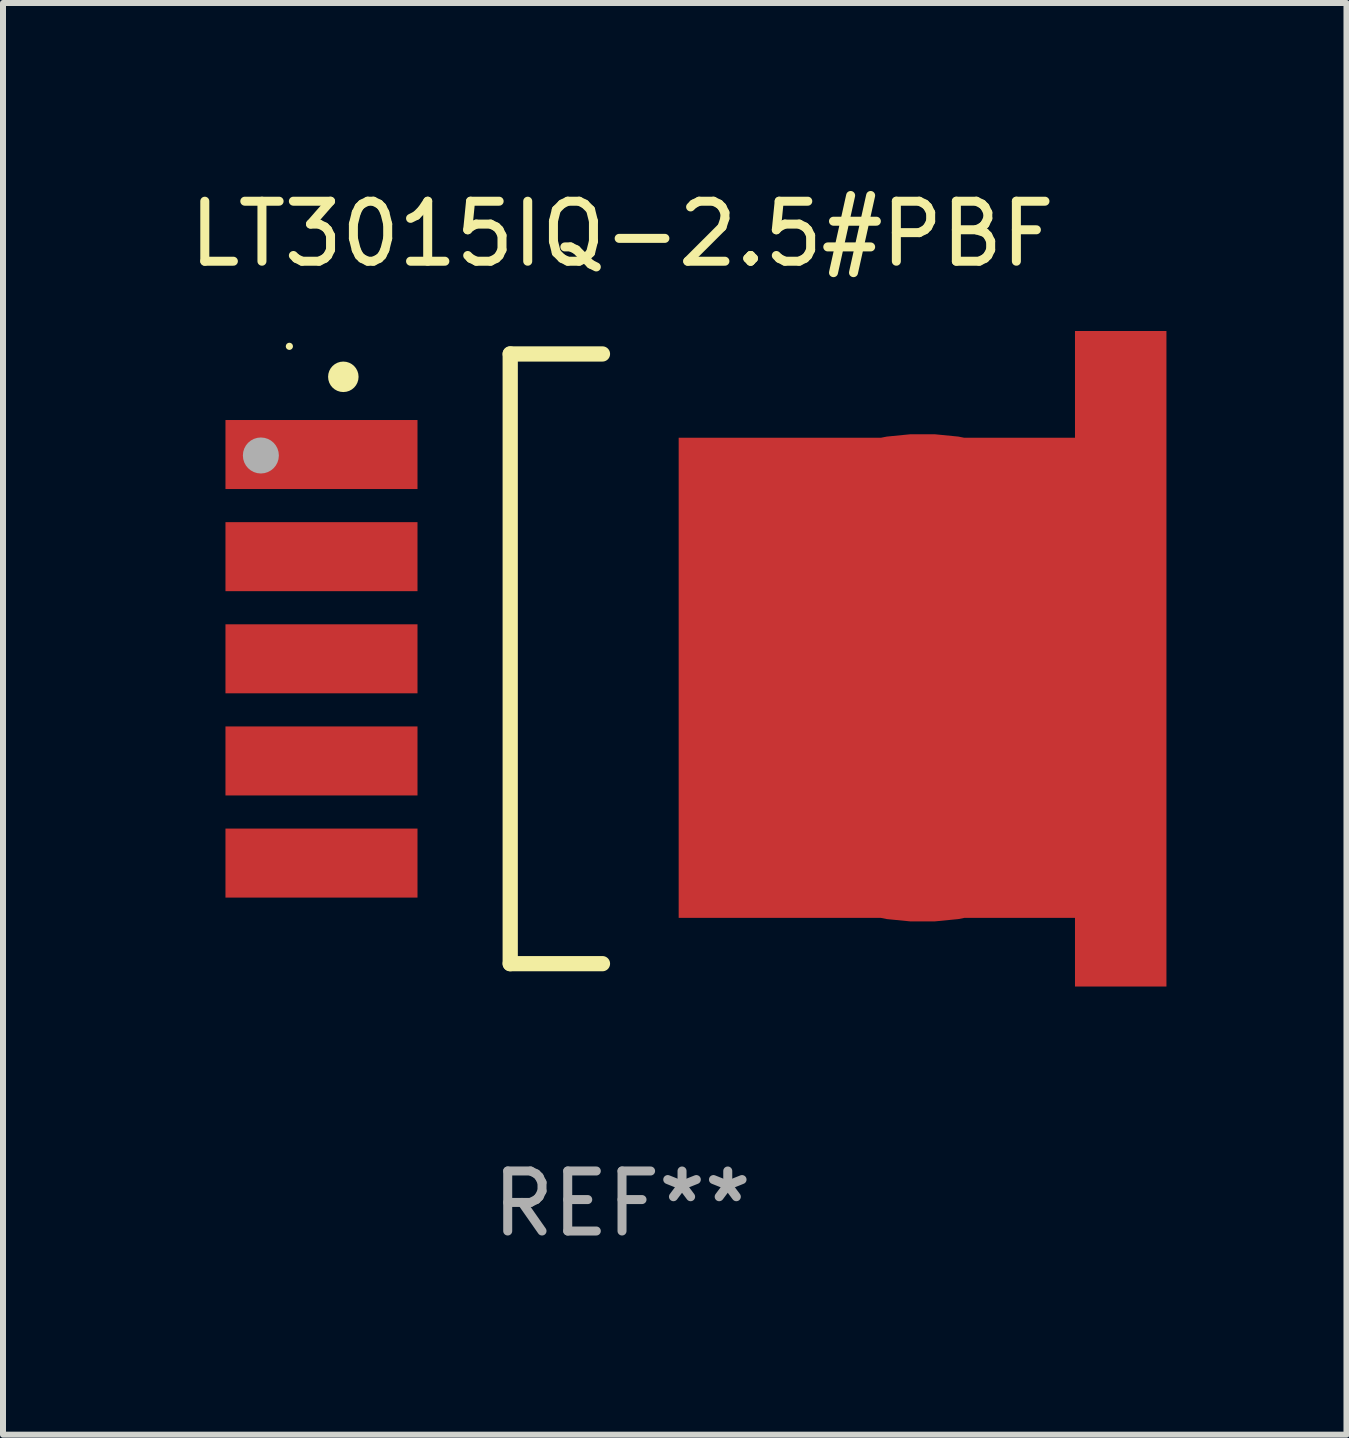
<source format=kicad_pcb>
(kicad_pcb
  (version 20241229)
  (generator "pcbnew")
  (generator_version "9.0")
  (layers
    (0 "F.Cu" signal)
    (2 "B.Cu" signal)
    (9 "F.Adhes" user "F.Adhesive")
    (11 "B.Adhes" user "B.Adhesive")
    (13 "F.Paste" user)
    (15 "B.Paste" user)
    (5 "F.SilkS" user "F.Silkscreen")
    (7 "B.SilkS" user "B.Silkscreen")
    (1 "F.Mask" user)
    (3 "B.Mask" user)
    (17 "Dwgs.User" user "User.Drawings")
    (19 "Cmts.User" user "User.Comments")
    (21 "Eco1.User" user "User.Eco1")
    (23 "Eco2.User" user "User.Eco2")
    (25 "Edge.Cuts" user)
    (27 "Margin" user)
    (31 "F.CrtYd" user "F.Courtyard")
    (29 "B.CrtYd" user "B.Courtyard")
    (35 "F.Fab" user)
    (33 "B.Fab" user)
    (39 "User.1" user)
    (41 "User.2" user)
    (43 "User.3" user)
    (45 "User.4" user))
  (footprint "LT3015IQ-2.5#PBF"
    (layer "F.Cu")
    (at 7.315 7.928)
    (property "Reference" "LT3015IQ-2.5#PBF" (at 0 -7.08 0) (layer "F.SilkS") (effects (font (size 1 1) (thickness 0.15))))
    (attr through_hole)
    (fp_line (start -1.863 -5.08) (end -0.326 -5.08) (stroke (width 0.254) (type solid)) (layer "F.SilkS"))
    (fp_line (start -1.863 5.08) (end -1.863 -5.08) (stroke (width 0.254) (type solid)) (layer "F.SilkS"))
    (fp_line (start -0.326 5.08) (end -1.863 5.08) (stroke (width 0.254) (type solid)) (layer "F.SilkS"))
    (fp_circle (center -5.543 -5.207) (end -5.513 -5.207) (stroke (width 0.06) (type solid)) (fill no) (layer "F.SilkS"))
    (fp_circle (center -4.644 -4.699) (end -4.517 -4.699) (stroke (width 0.254) (type solid)) (fill no) (layer "F.SilkS"))
    (fp_circle (center -6.018 -3.388) (end -5.868 -3.388) (stroke (width 0.3) (type solid)) (fill no) (layer "F.Fab"))
    (fp_text user "REF**" (at 0 9.08 0) (layer "F.Fab") (effects (font (size 1 1) (thickness 0.15))))
    (pad "1" smd rect (at -5.008 -3.404) (size 3.2 1.15) (layers "F.Cu" "F.Mask" "F.Paste"))
    (pad "2" smd rect (at -5.008 -1.702) (size 3.2 1.15) (layers "F.Cu" "F.Mask" "F.Paste"))
    (pad "3" smd rect (at -5.008 -0.000025) (size 3.2 1.15) (layers "F.Cu" "F.Mask" "F.Paste"))
    (pad "4" smd rect (at -5.008 1.702) (size 3.2 1.15) (layers "F.Cu" "F.Mask" "F.Paste"))
    (pad "5" smd rect (at -5.008 3.404) (size 3.2 1.15) (layers "F.Cu" "F.Mask" "F.Paste"))
    (pad "6" smd custom (at 5.008 0.317) (size 8.128 10.922) (layers "F.Cu" "F.Mask" "F.Paste") (options (anchor circle)) (primitives (gr_poly (pts (xy -4.064 -4.001) (xy 2.54 -4.001) (xy 2.54 -5.779) (xy 4.064 -5.779) (xy 4.064 5.144) (xy 2.54 5.144) (xy 2.54 4) (xy -4.064 4)) (width 0) (fill yes)))))
  (gr_rect
    (start -3 -3)
    (end 19.387 20.857)
    (stroke (width 0.1) (type default))
    (fill no)
    (layer "Edge.Cuts")))
</source>
